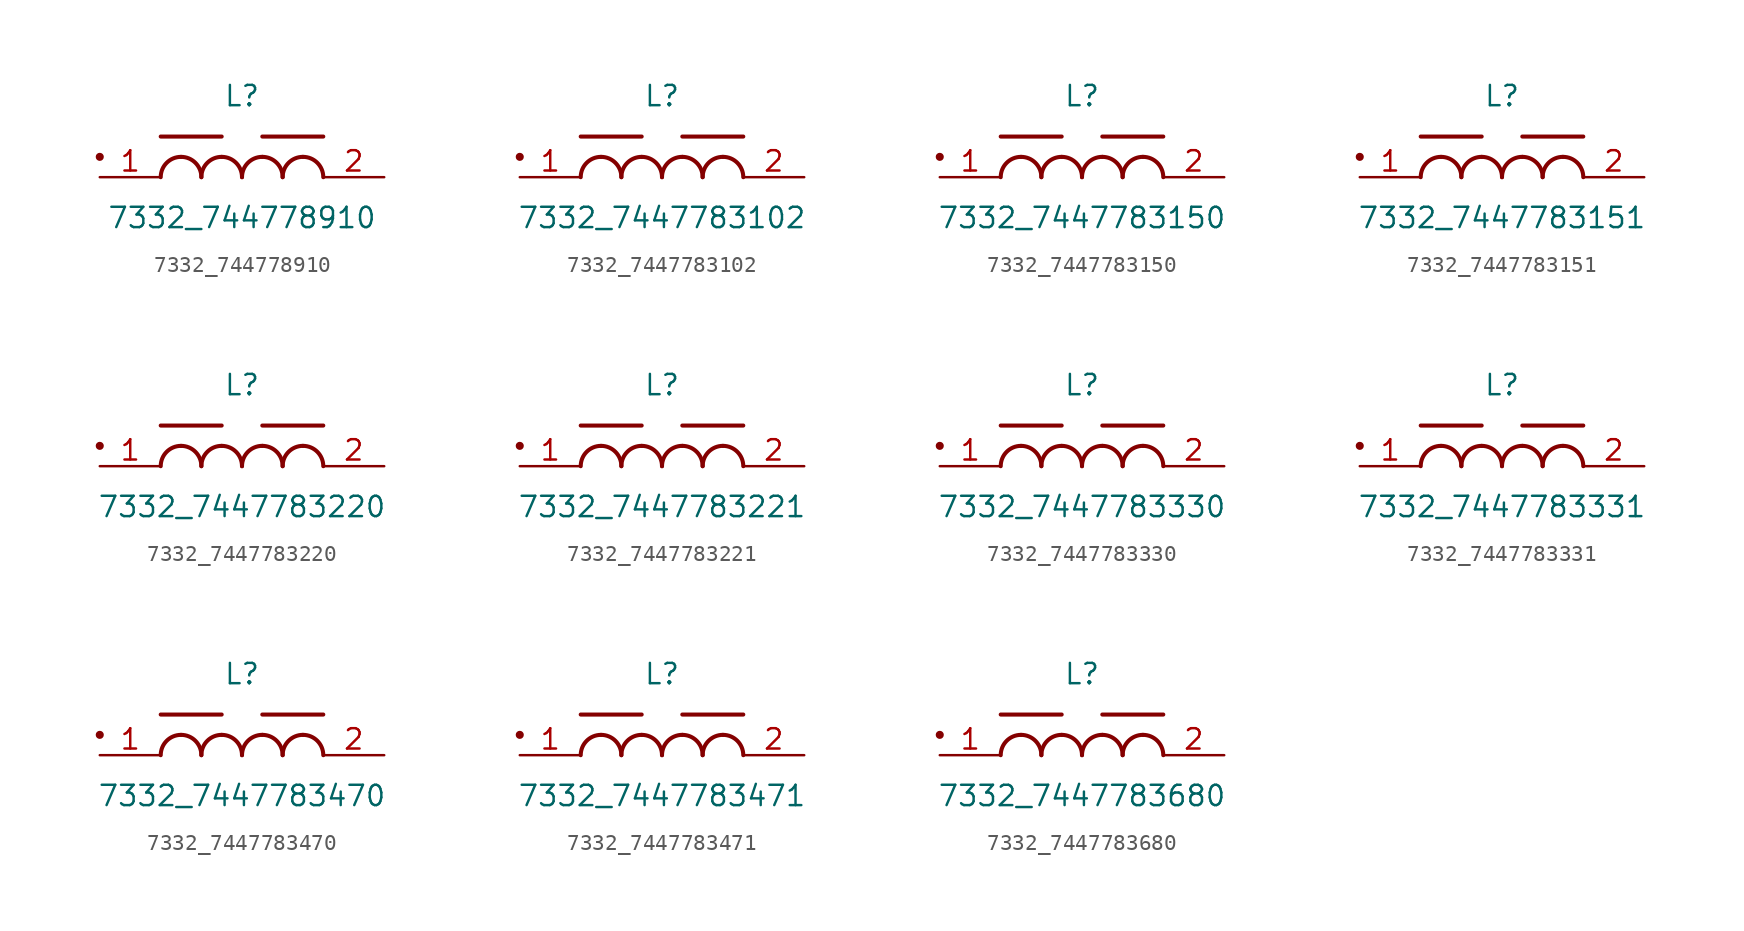
<source format=kicad_sym>
(kicad_symbol_lib
  (version 20211014)
  (generator kicad_symbol_editor)
  (symbol "Inductor_Wurth_WE-PD:7332_744778910"
    (pin_names hide)
    (property "Reference" "L"
      (at 0 5.08 0)
      (effects (font (size 1.27 1.27))))
    (property "Value" "7332_744778910"
      (at 0 -2.54 0)
      (effects (font (size 1.27 1.27))))
    (symbol "7332_744778910_0_1"
      (circle (center -8.89 1.27) (radius 0.0001) (stroke (width 0.254)) (stroke (width 0.254) (type default) (color 0 0 0 0)) (fill (type none)))
      (arc (start -3.81 1.27) (mid -4.708 0.898) (end -5.08 0) (stroke (width 0.254) (type default) (color 0 0 0 0)) (fill (type none)))
      (arc (start -2.54 0) (mid -2.912 0.898) (end -3.81 1.27) (stroke (width 0.254) (type default) (color 0 0 0 0)) (fill (type none)))
      (arc (start -1.2699 1.2701) (mid -2.1679 0.8981) (end -2.5399 0.0001) (stroke (width 0.254) (type default) (color 0 0 0 0)) (fill (type none)))
      (polyline (pts (xy -5.08 2.54) (xy -1.27 2.54)) (stroke (width 0.254) (type default) (color 0 0 0 0)) (fill (type none)))
      (polyline (pts (xy 5.08 2.54) (xy 1.27 2.54)) (stroke (width 0.254) (type default) (color 0 0 0 0)) (fill (type none)))
      (arc (start 0.0001 0.0001) (mid -0.3719 0.8981) (end -1.2699 1.2701) (stroke (width 0.254) (type default) (color 0 0 0 0)) (fill (type none)))
      (arc (start 1.2701 1.2701) (mid 0.3721 0.8981) (end 0.0001 0.0001) (stroke (width 0.254) (type default) (color 0 0 0 0)) (fill (type none)))
      (arc (start 2.5401 0.0001) (mid 2.1681 0.8981) (end 1.2701 1.2701) (stroke (width 0.254) (type default) (color 0 0 0 0)) (fill (type none)))
      (arc (start 3.8101 1.2701) (mid 2.9121 0.8981) (end 2.5401 0.0001) (stroke (width 0.254) (type default) (color 0 0 0 0)) (fill (type none)))
      (arc (start 5.0801 0.0001) (mid 4.7081 0.8981) (end 3.8101 1.2701) (stroke (width 0.254) (type default) (color 0 0 0 0)) (fill (type none))))
    (symbol "7332_744778910_1_1"
      (pin passive line (at -8.89 0 0) (length 3.81) (name "1" (effects (font (size 1.27 1.27)))) (number "1" (effects (font (size 1.27 1.27)))))
      (pin passive line (at 8.89 0 180) (length 3.81) (name "2" (effects (font (size 1.27 1.27)))) (number "2" (effects (font (size 1.27 1.27)))))))
  (symbol "Inductor_Wurth_WE-PD:7332_7447783102"
    (pin_names hide)
    (property "Reference" "L"
      (at 0 5.08 0)
      (effects (font (size 1.27 1.27))))
    (property "Value" "7332_7447783102"
      (at 0 -2.54 0)
      (effects (font (size 1.27 1.27))))
    (symbol "7332_7447783102_0_1"
      (circle (center -8.89 1.27) (radius 0.0001) (stroke (width 0.254)) (stroke (width 0.254) (type default) (color 0 0 0 0)) (fill (type none)))
      (arc (start -3.81 1.27) (mid -4.708 0.898) (end -5.08 0) (stroke (width 0.254) (type default) (color 0 0 0 0)) (fill (type none)))
      (arc (start -2.54 0) (mid -2.912 0.898) (end -3.81 1.27) (stroke (width 0.254) (type default) (color 0 0 0 0)) (fill (type none)))
      (arc (start -1.2699 1.2701) (mid -2.1679 0.8981) (end -2.5399 0.0001) (stroke (width 0.254) (type default) (color 0 0 0 0)) (fill (type none)))
      (polyline (pts (xy -5.08 2.54) (xy -1.27 2.54)) (stroke (width 0.254) (type default) (color 0 0 0 0)) (fill (type none)))
      (polyline (pts (xy 5.08 2.54) (xy 1.27 2.54)) (stroke (width 0.254) (type default) (color 0 0 0 0)) (fill (type none)))
      (arc (start 0.0001 0.0001) (mid -0.3719 0.8981) (end -1.2699 1.2701) (stroke (width 0.254) (type default) (color 0 0 0 0)) (fill (type none)))
      (arc (start 1.2701 1.2701) (mid 0.3721 0.8981) (end 0.0001 0.0001) (stroke (width 0.254) (type default) (color 0 0 0 0)) (fill (type none)))
      (arc (start 2.5401 0.0001) (mid 2.1681 0.8981) (end 1.2701 1.2701) (stroke (width 0.254) (type default) (color 0 0 0 0)) (fill (type none)))
      (arc (start 3.8101 1.2701) (mid 2.9121 0.8981) (end 2.5401 0.0001) (stroke (width 0.254) (type default) (color 0 0 0 0)) (fill (type none)))
      (arc (start 5.0801 0.0001) (mid 4.7081 0.8981) (end 3.8101 1.2701) (stroke (width 0.254) (type default) (color 0 0 0 0)) (fill (type none))))
    (symbol "7332_7447783102_1_1"
      (pin passive line (at -8.89 0 0) (length 3.81) (name "1" (effects (font (size 1.27 1.27)))) (number "1" (effects (font (size 1.27 1.27)))))
      (pin passive line (at 8.89 0 180) (length 3.81) (name "2" (effects (font (size 1.27 1.27)))) (number "2" (effects (font (size 1.27 1.27)))))))
  (symbol "Inductor_Wurth_WE-PD:7332_7447783150"
    (pin_names hide)
    (property "Reference" "L"
      (at 0 5.08 0)
      (effects (font (size 1.27 1.27))))
    (property "Value" "7332_7447783150"
      (at 0 -2.54 0)
      (effects (font (size 1.27 1.27))))
    (symbol "7332_7447783150_0_1"
      (circle (center -8.89 1.27) (radius 0.0001) (stroke (width 0.254)) (stroke (width 0.254) (type default) (color 0 0 0 0)) (fill (type none)))
      (arc (start -3.81 1.27) (mid -4.708 0.898) (end -5.08 0) (stroke (width 0.254) (type default) (color 0 0 0 0)) (fill (type none)))
      (arc (start -2.54 0) (mid -2.912 0.898) (end -3.81 1.27) (stroke (width 0.254) (type default) (color 0 0 0 0)) (fill (type none)))
      (arc (start -1.2699 1.2701) (mid -2.1679 0.8981) (end -2.5399 0.0001) (stroke (width 0.254) (type default) (color 0 0 0 0)) (fill (type none)))
      (polyline (pts (xy -5.08 2.54) (xy -1.27 2.54)) (stroke (width 0.254) (type default) (color 0 0 0 0)) (fill (type none)))
      (polyline (pts (xy 5.08 2.54) (xy 1.27 2.54)) (stroke (width 0.254) (type default) (color 0 0 0 0)) (fill (type none)))
      (arc (start 0.0001 0.0001) (mid -0.3719 0.8981) (end -1.2699 1.2701) (stroke (width 0.254) (type default) (color 0 0 0 0)) (fill (type none)))
      (arc (start 1.2701 1.2701) (mid 0.3721 0.8981) (end 0.0001 0.0001) (stroke (width 0.254) (type default) (color 0 0 0 0)) (fill (type none)))
      (arc (start 2.5401 0.0001) (mid 2.1681 0.8981) (end 1.2701 1.2701) (stroke (width 0.254) (type default) (color 0 0 0 0)) (fill (type none)))
      (arc (start 3.8101 1.2701) (mid 2.9121 0.8981) (end 2.5401 0.0001) (stroke (width 0.254) (type default) (color 0 0 0 0)) (fill (type none)))
      (arc (start 5.0801 0.0001) (mid 4.7081 0.8981) (end 3.8101 1.2701) (stroke (width 0.254) (type default) (color 0 0 0 0)) (fill (type none))))
    (symbol "7332_7447783150_1_1"
      (pin passive line (at -8.89 0 0) (length 3.81) (name "1" (effects (font (size 1.27 1.27)))) (number "1" (effects (font (size 1.27 1.27)))))
      (pin passive line (at 8.89 0 180) (length 3.81) (name "2" (effects (font (size 1.27 1.27)))) (number "2" (effects (font (size 1.27 1.27)))))))
  (symbol "Inductor_Wurth_WE-PD:7332_7447783151"
    (pin_names hide)
    (property "Reference" "L"
      (at 0 5.08 0)
      (effects (font (size 1.27 1.27))))
    (property "Value" "7332_7447783151"
      (at 0 -2.54 0)
      (effects (font (size 1.27 1.27))))
    (symbol "7332_7447783151_0_1"
      (circle (center -8.89 1.27) (radius 0.0001) (stroke (width 0.254)) (stroke (width 0.254) (type default) (color 0 0 0 0)) (fill (type none)))
      (arc (start -3.81 1.27) (mid -4.708 0.898) (end -5.08 0) (stroke (width 0.254) (type default) (color 0 0 0 0)) (fill (type none)))
      (arc (start -2.54 0) (mid -2.912 0.898) (end -3.81 1.27) (stroke (width 0.254) (type default) (color 0 0 0 0)) (fill (type none)))
      (arc (start -1.2699 1.2701) (mid -2.1679 0.8981) (end -2.5399 0.0001) (stroke (width 0.254) (type default) (color 0 0 0 0)) (fill (type none)))
      (polyline (pts (xy -5.08 2.54) (xy -1.27 2.54)) (stroke (width 0.254) (type default) (color 0 0 0 0)) (fill (type none)))
      (polyline (pts (xy 5.08 2.54) (xy 1.27 2.54)) (stroke (width 0.254) (type default) (color 0 0 0 0)) (fill (type none)))
      (arc (start 0.0001 0.0001) (mid -0.3719 0.8981) (end -1.2699 1.2701) (stroke (width 0.254) (type default) (color 0 0 0 0)) (fill (type none)))
      (arc (start 1.2701 1.2701) (mid 0.3721 0.8981) (end 0.0001 0.0001) (stroke (width 0.254) (type default) (color 0 0 0 0)) (fill (type none)))
      (arc (start 2.5401 0.0001) (mid 2.1681 0.8981) (end 1.2701 1.2701) (stroke (width 0.254) (type default) (color 0 0 0 0)) (fill (type none)))
      (arc (start 3.8101 1.2701) (mid 2.9121 0.8981) (end 2.5401 0.0001) (stroke (width 0.254) (type default) (color 0 0 0 0)) (fill (type none)))
      (arc (start 5.0801 0.0001) (mid 4.7081 0.8981) (end 3.8101 1.2701) (stroke (width 0.254) (type default) (color 0 0 0 0)) (fill (type none))))
    (symbol "7332_7447783151_1_1"
      (pin passive line (at -8.89 0 0) (length 3.81) (name "1" (effects (font (size 1.27 1.27)))) (number "1" (effects (font (size 1.27 1.27)))))
      (pin passive line (at 8.89 0 180) (length 3.81) (name "2" (effects (font (size 1.27 1.27)))) (number "2" (effects (font (size 1.27 1.27)))))))
  (symbol "Inductor_Wurth_WE-PD:7332_7447783220"
    (pin_names hide)
    (property "Reference" "L"
      (at 0 5.08 0)
      (effects (font (size 1.27 1.27))))
    (property "Value" "7332_7447783220"
      (at 0 -2.54 0)
      (effects (font (size 1.27 1.27))))
    (symbol "7332_7447783220_0_1"
      (circle (center -8.89 1.27) (radius 0.0001) (stroke (width 0.254)) (stroke (width 0.254) (type default) (color 0 0 0 0)) (fill (type none)))
      (arc (start -3.81 1.27) (mid -4.708 0.898) (end -5.08 0) (stroke (width 0.254) (type default) (color 0 0 0 0)) (fill (type none)))
      (arc (start -2.54 0) (mid -2.912 0.898) (end -3.81 1.27) (stroke (width 0.254) (type default) (color 0 0 0 0)) (fill (type none)))
      (arc (start -1.2699 1.2701) (mid -2.1679 0.8981) (end -2.5399 0.0001) (stroke (width 0.254) (type default) (color 0 0 0 0)) (fill (type none)))
      (polyline (pts (xy -5.08 2.54) (xy -1.27 2.54)) (stroke (width 0.254) (type default) (color 0 0 0 0)) (fill (type none)))
      (polyline (pts (xy 5.08 2.54) (xy 1.27 2.54)) (stroke (width 0.254) (type default) (color 0 0 0 0)) (fill (type none)))
      (arc (start 0.0001 0.0001) (mid -0.3719 0.8981) (end -1.2699 1.2701) (stroke (width 0.254) (type default) (color 0 0 0 0)) (fill (type none)))
      (arc (start 1.2701 1.2701) (mid 0.3721 0.8981) (end 0.0001 0.0001) (stroke (width 0.254) (type default) (color 0 0 0 0)) (fill (type none)))
      (arc (start 2.5401 0.0001) (mid 2.1681 0.8981) (end 1.2701 1.2701) (stroke (width 0.254) (type default) (color 0 0 0 0)) (fill (type none)))
      (arc (start 3.8101 1.2701) (mid 2.9121 0.8981) (end 2.5401 0.0001) (stroke (width 0.254) (type default) (color 0 0 0 0)) (fill (type none)))
      (arc (start 5.0801 0.0001) (mid 4.7081 0.8981) (end 3.8101 1.2701) (stroke (width 0.254) (type default) (color 0 0 0 0)) (fill (type none))))
    (symbol "7332_7447783220_1_1"
      (pin passive line (at -8.89 0 0) (length 3.81) (name "1" (effects (font (size 1.27 1.27)))) (number "1" (effects (font (size 1.27 1.27)))))
      (pin passive line (at 8.89 0 180) (length 3.81) (name "2" (effects (font (size 1.27 1.27)))) (number "2" (effects (font (size 1.27 1.27)))))))
  (symbol "Inductor_Wurth_WE-PD:7332_7447783221"
    (pin_names hide)
    (property "Reference" "L"
      (at 0 5.08 0)
      (effects (font (size 1.27 1.27))))
    (property "Value" "7332_7447783221"
      (at 0 -2.54 0)
      (effects (font (size 1.27 1.27))))
    (symbol "7332_7447783221_0_1"
      (circle (center -8.89 1.27) (radius 0.0001) (stroke (width 0.254)) (stroke (width 0.254) (type default) (color 0 0 0 0)) (fill (type none)))
      (arc (start -3.81 1.27) (mid -4.708 0.898) (end -5.08 0) (stroke (width 0.254) (type default) (color 0 0 0 0)) (fill (type none)))
      (arc (start -2.54 0) (mid -2.912 0.898) (end -3.81 1.27) (stroke (width 0.254) (type default) (color 0 0 0 0)) (fill (type none)))
      (arc (start -1.2699 1.2701) (mid -2.1679 0.8981) (end -2.5399 0.0001) (stroke (width 0.254) (type default) (color 0 0 0 0)) (fill (type none)))
      (polyline (pts (xy -5.08 2.54) (xy -1.27 2.54)) (stroke (width 0.254) (type default) (color 0 0 0 0)) (fill (type none)))
      (polyline (pts (xy 5.08 2.54) (xy 1.27 2.54)) (stroke (width 0.254) (type default) (color 0 0 0 0)) (fill (type none)))
      (arc (start 0.0001 0.0001) (mid -0.3719 0.8981) (end -1.2699 1.2701) (stroke (width 0.254) (type default) (color 0 0 0 0)) (fill (type none)))
      (arc (start 1.2701 1.2701) (mid 0.3721 0.8981) (end 0.0001 0.0001) (stroke (width 0.254) (type default) (color 0 0 0 0)) (fill (type none)))
      (arc (start 2.5401 0.0001) (mid 2.1681 0.8981) (end 1.2701 1.2701) (stroke (width 0.254) (type default) (color 0 0 0 0)) (fill (type none)))
      (arc (start 3.8101 1.2701) (mid 2.9121 0.8981) (end 2.5401 0.0001) (stroke (width 0.254) (type default) (color 0 0 0 0)) (fill (type none)))
      (arc (start 5.0801 0.0001) (mid 4.7081 0.8981) (end 3.8101 1.2701) (stroke (width 0.254) (type default) (color 0 0 0 0)) (fill (type none))))
    (symbol "7332_7447783221_1_1"
      (pin passive line (at -8.89 0 0) (length 3.81) (name "1" (effects (font (size 1.27 1.27)))) (number "1" (effects (font (size 1.27 1.27)))))
      (pin passive line (at 8.89 0 180) (length 3.81) (name "2" (effects (font (size 1.27 1.27)))) (number "2" (effects (font (size 1.27 1.27)))))))
  (symbol "Inductor_Wurth_WE-PD:7332_7447783330"
    (pin_names hide)
    (property "Reference" "L"
      (at 0 5.08 0)
      (effects (font (size 1.27 1.27))))
    (property "Value" "7332_7447783330"
      (at 0 -2.54 0)
      (effects (font (size 1.27 1.27))))
    (symbol "7332_7447783330_0_1"
      (circle (center -8.89 1.27) (radius 0.0001) (stroke (width 0.254)) (stroke (width 0.254) (type default) (color 0 0 0 0)) (fill (type none)))
      (arc (start -3.81 1.27) (mid -4.708 0.898) (end -5.08 0) (stroke (width 0.254) (type default) (color 0 0 0 0)) (fill (type none)))
      (arc (start -2.54 0) (mid -2.912 0.898) (end -3.81 1.27) (stroke (width 0.254) (type default) (color 0 0 0 0)) (fill (type none)))
      (arc (start -1.2699 1.2701) (mid -2.1679 0.8981) (end -2.5399 0.0001) (stroke (width 0.254) (type default) (color 0 0 0 0)) (fill (type none)))
      (polyline (pts (xy -5.08 2.54) (xy -1.27 2.54)) (stroke (width 0.254) (type default) (color 0 0 0 0)) (fill (type none)))
      (polyline (pts (xy 5.08 2.54) (xy 1.27 2.54)) (stroke (width 0.254) (type default) (color 0 0 0 0)) (fill (type none)))
      (arc (start 0.0001 0.0001) (mid -0.3719 0.8981) (end -1.2699 1.2701) (stroke (width 0.254) (type default) (color 0 0 0 0)) (fill (type none)))
      (arc (start 1.2701 1.2701) (mid 0.3721 0.8981) (end 0.0001 0.0001) (stroke (width 0.254) (type default) (color 0 0 0 0)) (fill (type none)))
      (arc (start 2.5401 0.0001) (mid 2.1681 0.8981) (end 1.2701 1.2701) (stroke (width 0.254) (type default) (color 0 0 0 0)) (fill (type none)))
      (arc (start 3.8101 1.2701) (mid 2.9121 0.8981) (end 2.5401 0.0001) (stroke (width 0.254) (type default) (color 0 0 0 0)) (fill (type none)))
      (arc (start 5.0801 0.0001) (mid 4.7081 0.8981) (end 3.8101 1.2701) (stroke (width 0.254) (type default) (color 0 0 0 0)) (fill (type none))))
    (symbol "7332_7447783330_1_1"
      (pin passive line (at -8.89 0 0) (length 3.81) (name "1" (effects (font (size 1.27 1.27)))) (number "1" (effects (font (size 1.27 1.27)))))
      (pin passive line (at 8.89 0 180) (length 3.81) (name "2" (effects (font (size 1.27 1.27)))) (number "2" (effects (font (size 1.27 1.27)))))))
  (symbol "Inductor_Wurth_WE-PD:7332_7447783331"
    (pin_names hide)
    (property "Reference" "L"
      (at 0 5.08 0)
      (effects (font (size 1.27 1.27))))
    (property "Value" "7332_7447783331"
      (at 0 -2.54 0)
      (effects (font (size 1.27 1.27))))
    (symbol "7332_7447783331_0_1"
      (circle (center -8.89 1.27) (radius 0.0001) (stroke (width 0.254)) (stroke (width 0.254) (type default) (color 0 0 0 0)) (fill (type none)))
      (arc (start -3.81 1.27) (mid -4.708 0.898) (end -5.08 0) (stroke (width 0.254) (type default) (color 0 0 0 0)) (fill (type none)))
      (arc (start -2.54 0) (mid -2.912 0.898) (end -3.81 1.27) (stroke (width 0.254) (type default) (color 0 0 0 0)) (fill (type none)))
      (arc (start -1.2699 1.2701) (mid -2.1679 0.8981) (end -2.5399 0.0001) (stroke (width 0.254) (type default) (color 0 0 0 0)) (fill (type none)))
      (polyline (pts (xy -5.08 2.54) (xy -1.27 2.54)) (stroke (width 0.254) (type default) (color 0 0 0 0)) (fill (type none)))
      (polyline (pts (xy 5.08 2.54) (xy 1.27 2.54)) (stroke (width 0.254) (type default) (color 0 0 0 0)) (fill (type none)))
      (arc (start 0.0001 0.0001) (mid -0.3719 0.8981) (end -1.2699 1.2701) (stroke (width 0.254) (type default) (color 0 0 0 0)) (fill (type none)))
      (arc (start 1.2701 1.2701) (mid 0.3721 0.8981) (end 0.0001 0.0001) (stroke (width 0.254) (type default) (color 0 0 0 0)) (fill (type none)))
      (arc (start 2.5401 0.0001) (mid 2.1681 0.8981) (end 1.2701 1.2701) (stroke (width 0.254) (type default) (color 0 0 0 0)) (fill (type none)))
      (arc (start 3.8101 1.2701) (mid 2.9121 0.8981) (end 2.5401 0.0001) (stroke (width 0.254) (type default) (color 0 0 0 0)) (fill (type none)))
      (arc (start 5.0801 0.0001) (mid 4.7081 0.8981) (end 3.8101 1.2701) (stroke (width 0.254) (type default) (color 0 0 0 0)) (fill (type none))))
    (symbol "7332_7447783331_1_1"
      (pin passive line (at -8.89 0 0) (length 3.81) (name "1" (effects (font (size 1.27 1.27)))) (number "1" (effects (font (size 1.27 1.27)))))
      (pin passive line (at 8.89 0 180) (length 3.81) (name "2" (effects (font (size 1.27 1.27)))) (number "2" (effects (font (size 1.27 1.27)))))))
  (symbol "Inductor_Wurth_WE-PD:7332_7447783470"
    (pin_names hide)
    (property "Reference" "L"
      (at 0 5.08 0)
      (effects (font (size 1.27 1.27))))
    (property "Value" "7332_7447783470"
      (at 0 -2.54 0)
      (effects (font (size 1.27 1.27))))
    (symbol "7332_7447783470_0_1"
      (circle (center -8.89 1.27) (radius 0.0001) (stroke (width 0.254)) (stroke (width 0.254) (type default) (color 0 0 0 0)) (fill (type none)))
      (arc (start -3.81 1.27) (mid -4.708 0.898) (end -5.08 0) (stroke (width 0.254) (type default) (color 0 0 0 0)) (fill (type none)))
      (arc (start -2.54 0) (mid -2.912 0.898) (end -3.81 1.27) (stroke (width 0.254) (type default) (color 0 0 0 0)) (fill (type none)))
      (arc (start -1.2699 1.2701) (mid -2.1679 0.8981) (end -2.5399 0.0001) (stroke (width 0.254) (type default) (color 0 0 0 0)) (fill (type none)))
      (polyline (pts (xy -5.08 2.54) (xy -1.27 2.54)) (stroke (width 0.254) (type default) (color 0 0 0 0)) (fill (type none)))
      (polyline (pts (xy 5.08 2.54) (xy 1.27 2.54)) (stroke (width 0.254) (type default) (color 0 0 0 0)) (fill (type none)))
      (arc (start 0.0001 0.0001) (mid -0.3719 0.8981) (end -1.2699 1.2701) (stroke (width 0.254) (type default) (color 0 0 0 0)) (fill (type none)))
      (arc (start 1.2701 1.2701) (mid 0.3721 0.8981) (end 0.0001 0.0001) (stroke (width 0.254) (type default) (color 0 0 0 0)) (fill (type none)))
      (arc (start 2.5401 0.0001) (mid 2.1681 0.8981) (end 1.2701 1.2701) (stroke (width 0.254) (type default) (color 0 0 0 0)) (fill (type none)))
      (arc (start 3.8101 1.2701) (mid 2.9121 0.8981) (end 2.5401 0.0001) (stroke (width 0.254) (type default) (color 0 0 0 0)) (fill (type none)))
      (arc (start 5.0801 0.0001) (mid 4.7081 0.8981) (end 3.8101 1.2701) (stroke (width 0.254) (type default) (color 0 0 0 0)) (fill (type none))))
    (symbol "7332_7447783470_1_1"
      (pin passive line (at -8.89 0 0) (length 3.81) (name "1" (effects (font (size 1.27 1.27)))) (number "1" (effects (font (size 1.27 1.27)))))
      (pin passive line (at 8.89 0 180) (length 3.81) (name "2" (effects (font (size 1.27 1.27)))) (number "2" (effects (font (size 1.27 1.27)))))))
  (symbol "Inductor_Wurth_WE-PD:7332_7447783471"
    (pin_names hide)
    (property "Reference" "L"
      (at 0 5.08 0)
      (effects (font (size 1.27 1.27))))
    (property "Value" "7332_7447783471"
      (at 0 -2.54 0)
      (effects (font (size 1.27 1.27))))
    (symbol "7332_7447783471_0_1"
      (circle (center -8.89 1.27) (radius 0.0001) (stroke (width 0.254)) (stroke (width 0.254) (type default) (color 0 0 0 0)) (fill (type none)))
      (arc (start -3.81 1.27) (mid -4.708 0.898) (end -5.08 0) (stroke (width 0.254) (type default) (color 0 0 0 0)) (fill (type none)))
      (arc (start -2.54 0) (mid -2.912 0.898) (end -3.81 1.27) (stroke (width 0.254) (type default) (color 0 0 0 0)) (fill (type none)))
      (arc (start -1.2699 1.2701) (mid -2.1679 0.8981) (end -2.5399 0.0001) (stroke (width 0.254) (type default) (color 0 0 0 0)) (fill (type none)))
      (polyline (pts (xy -5.08 2.54) (xy -1.27 2.54)) (stroke (width 0.254) (type default) (color 0 0 0 0)) (fill (type none)))
      (polyline (pts (xy 5.08 2.54) (xy 1.27 2.54)) (stroke (width 0.254) (type default) (color 0 0 0 0)) (fill (type none)))
      (arc (start 0.0001 0.0001) (mid -0.3719 0.8981) (end -1.2699 1.2701) (stroke (width 0.254) (type default) (color 0 0 0 0)) (fill (type none)))
      (arc (start 1.2701 1.2701) (mid 0.3721 0.8981) (end 0.0001 0.0001) (stroke (width 0.254) (type default) (color 0 0 0 0)) (fill (type none)))
      (arc (start 2.5401 0.0001) (mid 2.1681 0.8981) (end 1.2701 1.2701) (stroke (width 0.254) (type default) (color 0 0 0 0)) (fill (type none)))
      (arc (start 3.8101 1.2701) (mid 2.9121 0.8981) (end 2.5401 0.0001) (stroke (width 0.254) (type default) (color 0 0 0 0)) (fill (type none)))
      (arc (start 5.0801 0.0001) (mid 4.7081 0.8981) (end 3.8101 1.2701) (stroke (width 0.254) (type default) (color 0 0 0 0)) (fill (type none))))
    (symbol "7332_7447783471_1_1"
      (pin passive line (at -8.89 0 0) (length 3.81) (name "1" (effects (font (size 1.27 1.27)))) (number "1" (effects (font (size 1.27 1.27)))))
      (pin passive line (at 8.89 0 180) (length 3.81) (name "2" (effects (font (size 1.27 1.27)))) (number "2" (effects (font (size 1.27 1.27)))))))
  (symbol "Inductor_Wurth_WE-PD:7332_7447783680"
    (pin_names hide)
    (property "Reference" "L"
      (at 0 5.08 0)
      (effects (font (size 1.27 1.27))))
    (property "Value" "7332_7447783680"
      (at 0 -2.54 0)
      (effects (font (size 1.27 1.27))))
    (symbol "7332_7447783680_0_1"
      (circle (center -8.89 1.27) (radius 0.0001) (stroke (width 0.254)) (stroke (width 0.254) (type default) (color 0 0 0 0)) (fill (type none)))
      (arc (start -3.81 1.27) (mid -4.708 0.898) (end -5.08 0) (stroke (width 0.254) (type default) (color 0 0 0 0)) (fill (type none)))
      (arc (start -2.54 0) (mid -2.912 0.898) (end -3.81 1.27) (stroke (width 0.254) (type default) (color 0 0 0 0)) (fill (type none)))
      (arc (start -1.2699 1.2701) (mid -2.1679 0.8981) (end -2.5399 0.0001) (stroke (width 0.254) (type default) (color 0 0 0 0)) (fill (type none)))
      (polyline (pts (xy -5.08 2.54) (xy -1.27 2.54)) (stroke (width 0.254) (type default) (color 0 0 0 0)) (fill (type none)))
      (polyline (pts (xy 5.08 2.54) (xy 1.27 2.54)) (stroke (width 0.254) (type default) (color 0 0 0 0)) (fill (type none)))
      (arc (start 0.0001 0.0001) (mid -0.3719 0.8981) (end -1.2699 1.2701) (stroke (width 0.254) (type default) (color 0 0 0 0)) (fill (type none)))
      (arc (start 1.2701 1.2701) (mid 0.3721 0.8981) (end 0.0001 0.0001) (stroke (width 0.254) (type default) (color 0 0 0 0)) (fill (type none)))
      (arc (start 2.5401 0.0001) (mid 2.1681 0.8981) (end 1.2701 1.2701) (stroke (width 0.254) (type default) (color 0 0 0 0)) (fill (type none)))
      (arc (start 3.8101 1.2701) (mid 2.9121 0.8981) (end 2.5401 0.0001) (stroke (width 0.254) (type default) (color 0 0 0 0)) (fill (type none)))
      (arc (start 5.0801 0.0001) (mid 4.7081 0.8981) (end 3.8101 1.2701) (stroke (width 0.254) (type default) (color 0 0 0 0)) (fill (type none))))
    (symbol "7332_7447783680_1_1"
      (pin passive line (at -8.89 0 0) (length 3.81) (name "1" (effects (font (size 1.27 1.27)))) (number "1" (effects (font (size 1.27 1.27)))))
      (pin passive line (at 8.89 0 180) (length 3.81) (name "2" (effects (font (size 1.27 1.27)))) (number "2" (effects (font (size 1.27 1.27))))))))
</source>
